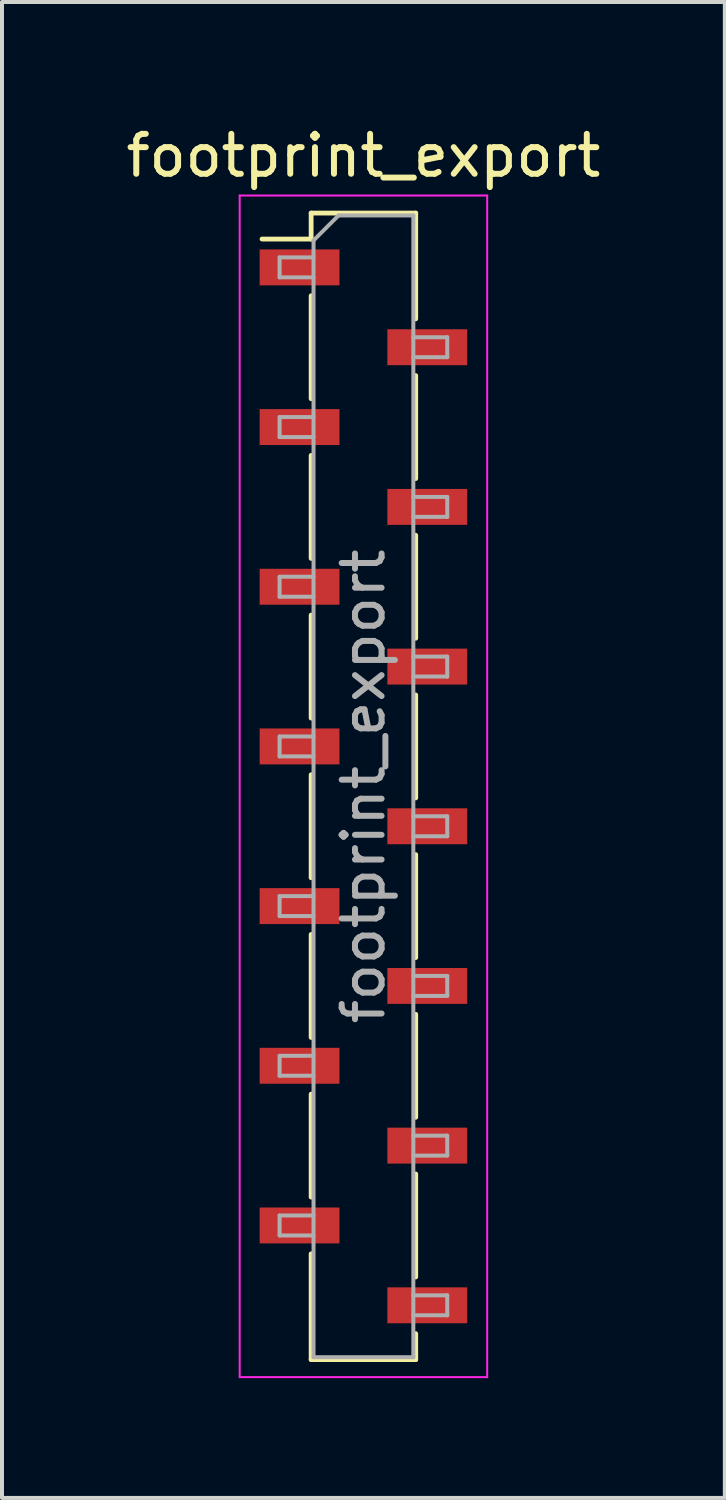
<source format=kicad_pcb>
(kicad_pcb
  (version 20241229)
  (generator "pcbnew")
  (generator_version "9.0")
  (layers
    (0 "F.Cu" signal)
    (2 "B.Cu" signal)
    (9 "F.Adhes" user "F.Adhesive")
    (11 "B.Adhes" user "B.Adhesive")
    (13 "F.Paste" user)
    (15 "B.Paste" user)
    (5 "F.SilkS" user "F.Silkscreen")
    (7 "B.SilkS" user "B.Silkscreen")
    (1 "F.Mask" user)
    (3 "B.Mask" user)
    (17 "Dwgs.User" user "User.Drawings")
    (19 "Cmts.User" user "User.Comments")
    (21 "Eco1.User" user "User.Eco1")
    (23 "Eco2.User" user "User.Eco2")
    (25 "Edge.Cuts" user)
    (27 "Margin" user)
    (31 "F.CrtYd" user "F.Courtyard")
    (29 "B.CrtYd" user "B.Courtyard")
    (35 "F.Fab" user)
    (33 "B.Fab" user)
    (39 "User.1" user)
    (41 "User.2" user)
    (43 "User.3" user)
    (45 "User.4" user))
  (footprint "footprint_export"
    (layer "F.Cu")
    (at 6.054 16.648)
    (property "Reference" "footprint_export" (at 0 -15.8 0) (layer "F.SilkS") (effects (font (size 1 1) (thickness 0.15))))
    (attr smd)
    (fp_line (start -2.54 -13.71) (end -1.31 -13.71) (stroke (width 0.12) (type solid)) (layer "F.SilkS"))
    (fp_line (start -1.31 -14.36) (end -1.31 -13.71) (stroke (width 0.12) (type solid)) (layer "F.SilkS"))
    (fp_line (start -1.31 -14.36) (end 1.31 -14.36) (stroke (width 0.12) (type solid)) (layer "F.SilkS"))
    (fp_line (start -1.31 -12.29) (end -1.31 -9.71) (stroke (width 0.12) (type solid)) (layer "F.SilkS"))
    (fp_line (start -1.31 -8.29) (end -1.31 -5.71) (stroke (width 0.12) (type solid)) (layer "F.SilkS"))
    (fp_line (start -1.31 -4.29) (end -1.31 -1.71) (stroke (width 0.12) (type solid)) (layer "F.SilkS"))
    (fp_line (start -1.31 -0.29) (end -1.31 2.29) (stroke (width 0.12) (type solid)) (layer "F.SilkS"))
    (fp_line (start -1.31 3.71) (end -1.31 6.29) (stroke (width 0.12) (type solid)) (layer "F.SilkS"))
    (fp_line (start -1.31 7.71) (end -1.31 10.29) (stroke (width 0.12) (type solid)) (layer "F.SilkS"))
    (fp_line (start -1.31 11.71) (end -1.31 14.36) (stroke (width 0.12) (type solid)) (layer "F.SilkS"))
    (fp_line (start -1.31 14.36) (end 1.31 14.36) (stroke (width 0.12) (type solid)) (layer "F.SilkS"))
    (fp_line (start 1.31 -14.36) (end 1.31 -11.71) (stroke (width 0.12) (type solid)) (layer "F.SilkS"))
    (fp_line (start 1.31 -10.29) (end 1.31 -7.71) (stroke (width 0.12) (type solid)) (layer "F.SilkS"))
    (fp_line (start 1.31 -6.29) (end 1.31 -3.71) (stroke (width 0.12) (type solid)) (layer "F.SilkS"))
    (fp_line (start 1.31 -2.29) (end 1.31 0.29) (stroke (width 0.12) (type solid)) (layer "F.SilkS"))
    (fp_line (start 1.31 1.71) (end 1.31 4.29) (stroke (width 0.12) (type solid)) (layer "F.SilkS"))
    (fp_line (start 1.31 5.71) (end 1.31 8.29) (stroke (width 0.12) (type solid)) (layer "F.SilkS"))
    (fp_line (start 1.31 9.71) (end 1.31 12.29) (stroke (width 0.12) (type solid)) (layer "F.SilkS"))
    (fp_line (start 1.31 13.71) (end 1.31 14.36) (stroke (width 0.12) (type solid)) (layer "F.SilkS"))
    (fp_line (start -3.1 -14.8) (end 3.1 -14.8) (stroke (width 0.05) (type solid)) (layer "F.CrtYd"))
    (fp_line (start -3.1 14.8) (end -3.1 -14.8) (stroke (width 0.05) (type solid)) (layer "F.CrtYd"))
    (fp_line (start 3.1 -14.8) (end 3.1 14.8) (stroke (width 0.05) (type solid)) (layer "F.CrtYd"))
    (fp_line (start 3.1 14.8) (end -3.1 14.8) (stroke (width 0.05) (type solid)) (layer "F.CrtYd"))
    (fp_line (start -2.1 -13.25) (end -1.25 -13.25) (stroke (width 0.1) (type solid)) (layer "F.Fab"))
    (fp_line (start -2.1 -12.75) (end -2.1 -13.25) (stroke (width 0.1) (type solid)) (layer "F.Fab"))
    (fp_line (start -2.1 -9.25) (end -1.25 -9.25) (stroke (width 0.1) (type solid)) (layer "F.Fab"))
    (fp_line (start -2.1 -8.75) (end -2.1 -9.25) (stroke (width 0.1) (type solid)) (layer "F.Fab"))
    (fp_line (start -2.1 -5.25) (end -1.25 -5.25) (stroke (width 0.1) (type solid)) (layer "F.Fab"))
    (fp_line (start -2.1 -4.75) (end -2.1 -5.25) (stroke (width 0.1) (type solid)) (layer "F.Fab"))
    (fp_line (start -2.1 -1.25) (end -1.25 -1.25) (stroke (width 0.1) (type solid)) (layer "F.Fab"))
    (fp_line (start -2.1 -0.75) (end -2.1 -1.25) (stroke (width 0.1) (type solid)) (layer "F.Fab"))
    (fp_line (start -2.1 2.75) (end -1.25 2.75) (stroke (width 0.1) (type solid)) (layer "F.Fab"))
    (fp_line (start -2.1 3.25) (end -2.1 2.75) (stroke (width 0.1) (type solid)) (layer "F.Fab"))
    (fp_line (start -2.1 6.75) (end -1.25 6.75) (stroke (width 0.1) (type solid)) (layer "F.Fab"))
    (fp_line (start -2.1 7.25) (end -2.1 6.75) (stroke (width 0.1) (type solid)) (layer "F.Fab"))
    (fp_line (start -2.1 10.75) (end -1.25 10.75) (stroke (width 0.1) (type solid)) (layer "F.Fab"))
    (fp_line (start -2.1 11.25) (end -2.1 10.75) (stroke (width 0.1) (type solid)) (layer "F.Fab"))
    (fp_line (start -1.25 -13.675) (end -0.625 -14.3) (stroke (width 0.1) (type solid)) (layer "F.Fab"))
    (fp_line (start -1.25 -12.75) (end -2.1 -12.75) (stroke (width 0.1) (type solid)) (layer "F.Fab"))
    (fp_line (start -1.25 -8.75) (end -2.1 -8.75) (stroke (width 0.1) (type solid)) (layer "F.Fab"))
    (fp_line (start -1.25 -4.75) (end -2.1 -4.75) (stroke (width 0.1) (type solid)) (layer "F.Fab"))
    (fp_line (start -1.25 -0.75) (end -2.1 -0.75) (stroke (width 0.1) (type solid)) (layer "F.Fab"))
    (fp_line (start -1.25 3.25) (end -2.1 3.25) (stroke (width 0.1) (type solid)) (layer "F.Fab"))
    (fp_line (start -1.25 7.25) (end -2.1 7.25) (stroke (width 0.1) (type solid)) (layer "F.Fab"))
    (fp_line (start -1.25 11.25) (end -2.1 11.25) (stroke (width 0.1) (type solid)) (layer "F.Fab"))
    (fp_line (start -1.25 14.3) (end -1.25 -13.675) (stroke (width 0.1) (type solid)) (layer "F.Fab"))
    (fp_line (start -0.625 -14.3) (end 1.25 -14.3) (stroke (width 0.1) (type solid)) (layer "F.Fab"))
    (fp_line (start 1.25 -14.3) (end 1.25 14.3) (stroke (width 0.1) (type solid)) (layer "F.Fab"))
    (fp_line (start 1.25 -11.25) (end 2.1 -11.25) (stroke (width 0.1) (type solid)) (layer "F.Fab"))
    (fp_line (start 1.25 -7.25) (end 2.1 -7.25) (stroke (width 0.1) (type solid)) (layer "F.Fab"))
    (fp_line (start 1.25 -3.25) (end 2.1 -3.25) (stroke (width 0.1) (type solid)) (layer "F.Fab"))
    (fp_line (start 1.25 0.75) (end 2.1 0.75) (stroke (width 0.1) (type solid)) (layer "F.Fab"))
    (fp_line (start 1.25 4.75) (end 2.1 4.75) (stroke (width 0.1) (type solid)) (layer "F.Fab"))
    (fp_line (start 1.25 8.75) (end 2.1 8.75) (stroke (width 0.1) (type solid)) (layer "F.Fab"))
    (fp_line (start 1.25 12.75) (end 2.1 12.75) (stroke (width 0.1) (type solid)) (layer "F.Fab"))
    (fp_line (start 1.25 14.3) (end -1.25 14.3) (stroke (width 0.1) (type solid)) (layer "F.Fab"))
    (fp_line (start 2.1 -11.25) (end 2.1 -10.75) (stroke (width 0.1) (type solid)) (layer "F.Fab"))
    (fp_line (start 2.1 -10.75) (end 1.25 -10.75) (stroke (width 0.1) (type solid)) (layer "F.Fab"))
    (fp_line (start 2.1 -7.25) (end 2.1 -6.75) (stroke (width 0.1) (type solid)) (layer "F.Fab"))
    (fp_line (start 2.1 -6.75) (end 1.25 -6.75) (stroke (width 0.1) (type solid)) (layer "F.Fab"))
    (fp_line (start 2.1 -3.25) (end 2.1 -2.75) (stroke (width 0.1) (type solid)) (layer "F.Fab"))
    (fp_line (start 2.1 -2.75) (end 1.25 -2.75) (stroke (width 0.1) (type solid)) (layer "F.Fab"))
    (fp_line (start 2.1 0.75) (end 2.1 1.25) (stroke (width 0.1) (type solid)) (layer "F.Fab"))
    (fp_line (start 2.1 1.25) (end 1.25 1.25) (stroke (width 0.1) (type solid)) (layer "F.Fab"))
    (fp_line (start 2.1 4.75) (end 2.1 5.25) (stroke (width 0.1) (type solid)) (layer "F.Fab"))
    (fp_line (start 2.1 5.25) (end 1.25 5.25) (stroke (width 0.1) (type solid)) (layer "F.Fab"))
    (fp_line (start 2.1 8.75) (end 2.1 9.25) (stroke (width 0.1) (type solid)) (layer "F.Fab"))
    (fp_line (start 2.1 9.25) (end 1.25 9.25) (stroke (width 0.1) (type solid)) (layer "F.Fab"))
    (fp_line (start 2.1 12.75) (end 2.1 13.25) (stroke (width 0.1) (type solid)) (layer "F.Fab"))
    (fp_line (start 2.1 13.25) (end 1.25 13.25) (stroke (width 0.1) (type solid)) (layer "F.Fab"))
    (fp_text user "${REFERENCE}" (at 0 0 90) (layer "F.Fab") (effects (font (size 1 1) (thickness 0.15))))
    (pad "1" smd rect (at -1.6 -13) (size 2 0.9) (layers "F.Cu" "F.Mask" "F.Paste"))
    (pad "2" smd rect (at 1.6 -11) (size 2 0.9) (layers "F.Cu" "F.Mask" "F.Paste"))
    (pad "3" smd rect (at -1.6 -9) (size 2 0.9) (layers "F.Cu" "F.Mask" "F.Paste"))
    (pad "4" smd rect (at 1.6 -7) (size 2 0.9) (layers "F.Cu" "F.Mask" "F.Paste"))
    (pad "5" smd rect (at -1.6 -5) (size 2 0.9) (layers "F.Cu" "F.Mask" "F.Paste"))
    (pad "6" smd rect (at 1.6 -3) (size 2 0.9) (layers "F.Cu" "F.Mask" "F.Paste"))
    (pad "7" smd rect (at -1.6 -1) (size 2 0.9) (layers "F.Cu" "F.Mask" "F.Paste"))
    (pad "8" smd rect (at 1.6 1) (size 2 0.9) (layers "F.Cu" "F.Mask" "F.Paste"))
    (pad "9" smd rect (at -1.6 3) (size 2 0.9) (layers "F.Cu" "F.Mask" "F.Paste"))
    (pad "10" smd rect (at 1.6 5) (size 2 0.9) (layers "F.Cu" "F.Mask" "F.Paste"))
    (pad "11" smd rect (at -1.6 7) (size 2 0.9) (layers "F.Cu" "F.Mask" "F.Paste"))
    (pad "12" smd rect (at 1.6 9) (size 2 0.9) (layers "F.Cu" "F.Mask" "F.Paste"))
    (pad "13" smd rect (at -1.6 11) (size 2 0.9) (layers "F.Cu" "F.Mask" "F.Paste"))
    (pad "14" smd rect (at 1.6 13) (size 2 0.9) (layers "F.Cu" "F.Mask" "F.Paste")))
  (gr_rect
    (start -3 -3)
    (end 15.107 34.473)
    (stroke (width 0.1) (type default))
    (fill no)
    (layer "Edge.Cuts")))
</source>
